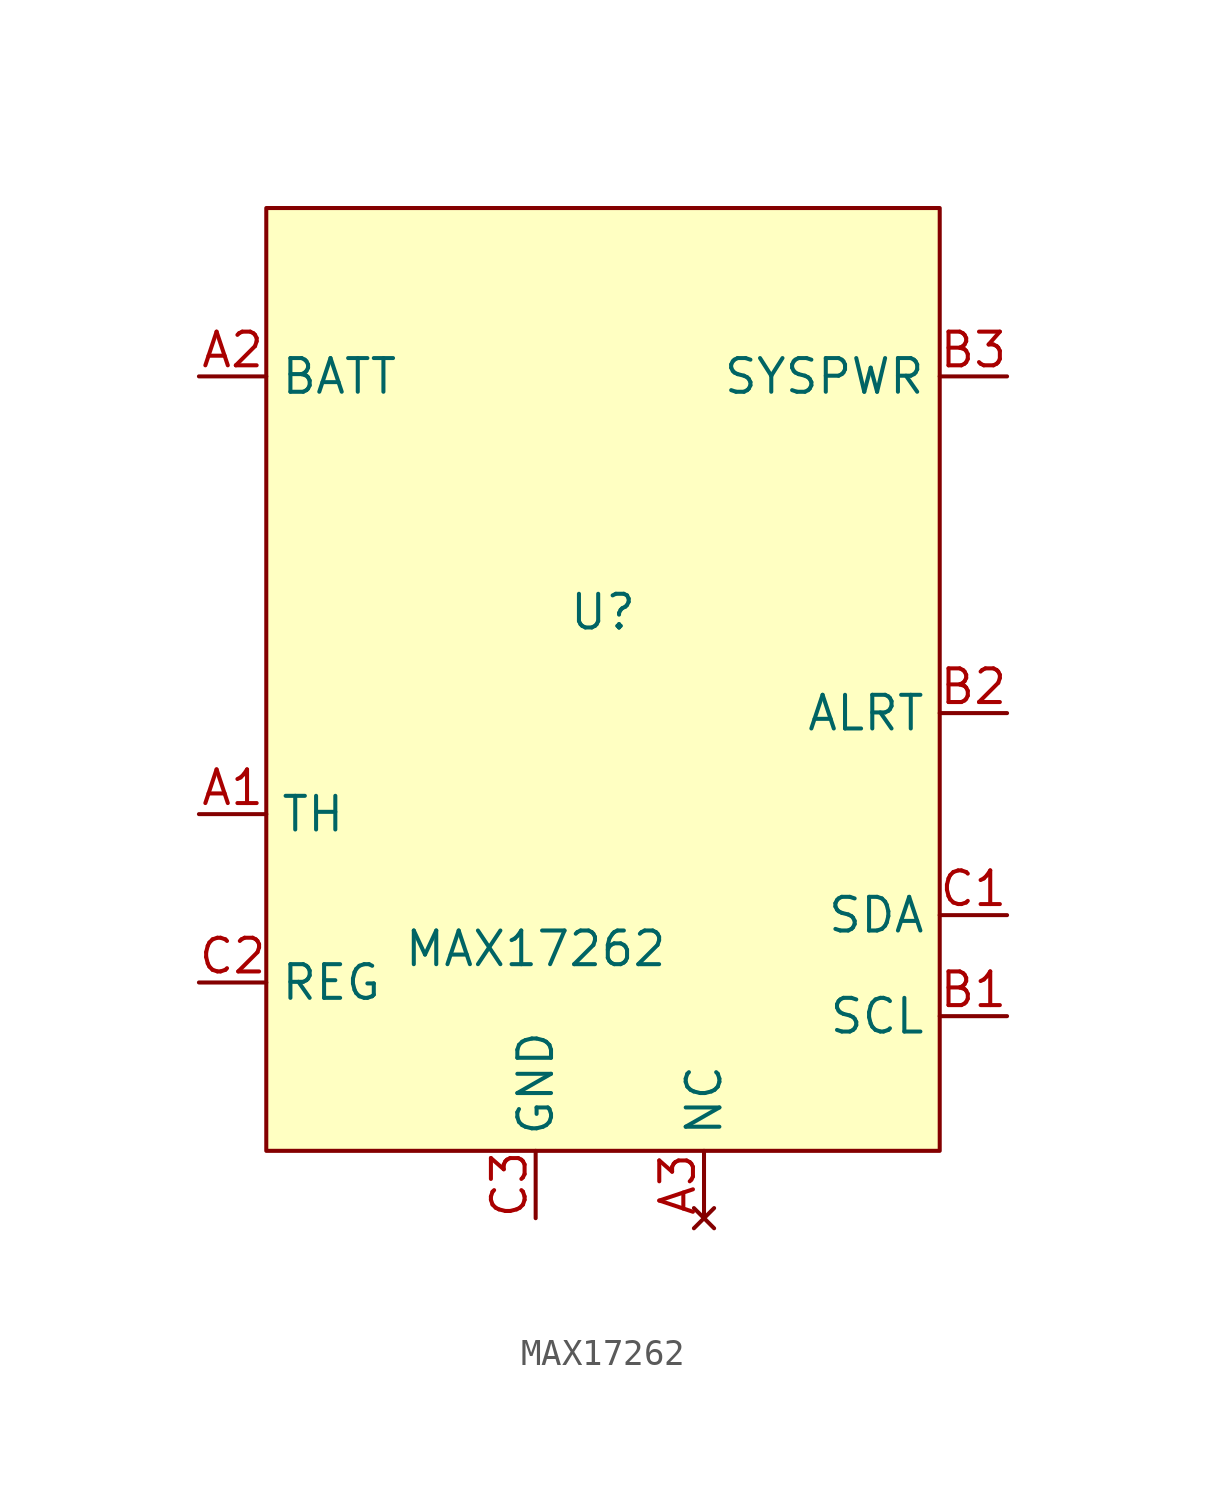
<source format=kicad_sym>
(kicad_symbol_lib
  (version 20220914)
  (generator kicad_symbol_editor)
  (symbol "MAX17262"
    (property "Reference" "U"
      (at 0 0 0)
      (effects (font (size 1.27 1.27))))
    (property "Value" "MAX17262"
      (at -2.54 -12.7 0)
      (effects (font (size 1.27 1.27))))
    (symbol "MAX17262_1_1"
      (rectangle (start -12.7 15.24) (end 12.7 -20.32) (stroke (width 0) (type default)) (fill (type background)))
      (pin input line (at -15.24 -7.62 0) (length 2.54) (name "TH" (effects (font (size 1.27 1.27)))) (number "A1" (effects (font (size 1.27 1.27)))))
      (pin power_in line (at -15.24 8.89 0) (length 2.54) (name "BATT" (effects (font (size 1.27 1.27)))) (number "A2" (effects (font (size 1.27 1.27)))))
      (pin no_connect line (at 3.81 -22.86 90) (length 2.54) (name "NC" (effects (font (size 1.27 1.27)))) (number "A3" (effects (font (size 1.27 1.27)))))
      (pin input line (at 15.24 -15.24 180) (length 2.54) (name "SCL" (effects (font (size 1.27 1.27)))) (number "B1" (effects (font (size 1.27 1.27)))))
      (pin output line (at 15.24 -3.81 180) (length 2.54) (name "ALRT" (effects (font (size 1.27 1.27)))) (number "B2" (effects (font (size 1.27 1.27)))))
      (pin power_out line (at 15.24 8.89 180) (length 2.54) (name "SYSPWR" (effects (font (size 1.27 1.27)))) (number "B3" (effects (font (size 1.27 1.27)))))
      (pin input line (at 15.24 -11.43 180) (length 2.54) (name "SDA" (effects (font (size 1.27 1.27)))) (number "C1" (effects (font (size 1.27 1.27)))))
      (pin input line (at -15.24 -13.97 0) (length 2.54) (name "REG" (effects (font (size 1.27 1.27)))) (number "C2" (effects (font (size 1.27 1.27)))))
      (pin input line (at -2.54 -22.86 90) (length 2.54) (name "GND" (effects (font (size 1.27 1.27)))) (number "C3" (effects (font (size 1.27 1.27))))))))
</source>
